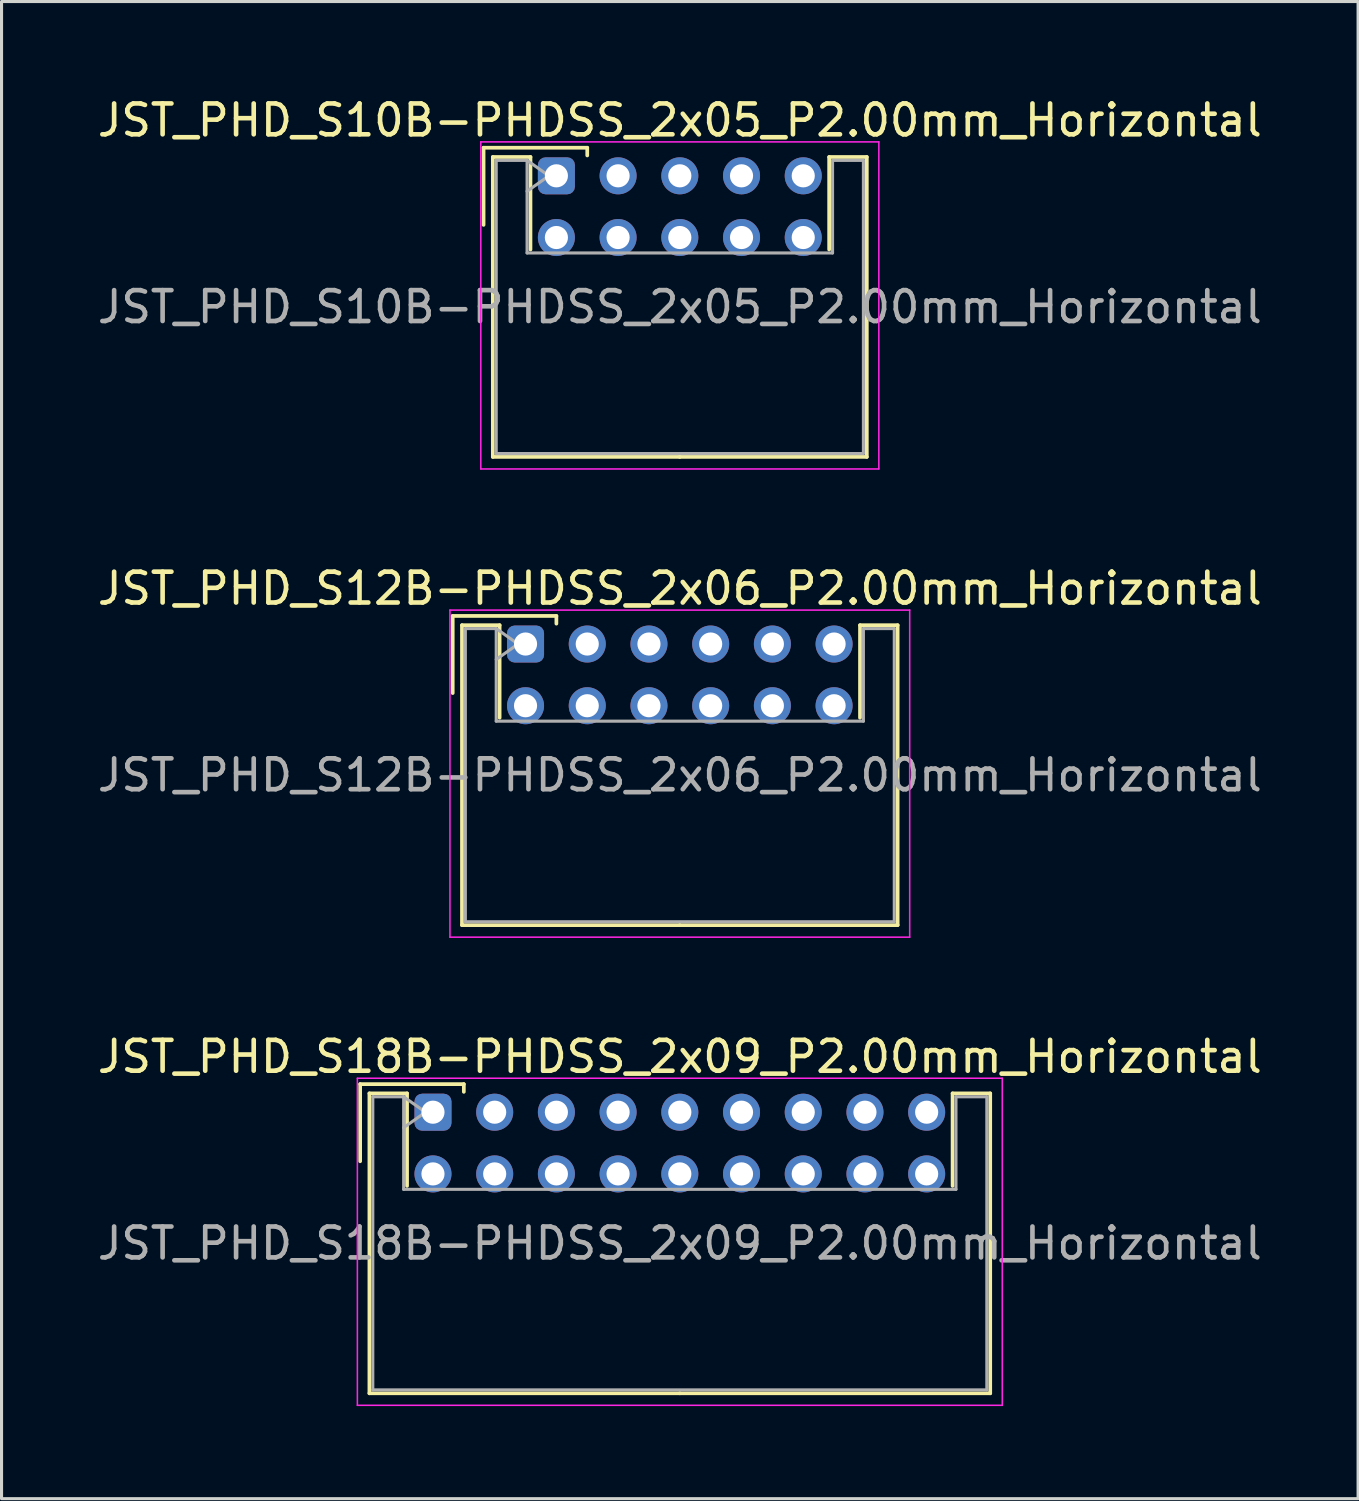
<source format=kicad_pcb>
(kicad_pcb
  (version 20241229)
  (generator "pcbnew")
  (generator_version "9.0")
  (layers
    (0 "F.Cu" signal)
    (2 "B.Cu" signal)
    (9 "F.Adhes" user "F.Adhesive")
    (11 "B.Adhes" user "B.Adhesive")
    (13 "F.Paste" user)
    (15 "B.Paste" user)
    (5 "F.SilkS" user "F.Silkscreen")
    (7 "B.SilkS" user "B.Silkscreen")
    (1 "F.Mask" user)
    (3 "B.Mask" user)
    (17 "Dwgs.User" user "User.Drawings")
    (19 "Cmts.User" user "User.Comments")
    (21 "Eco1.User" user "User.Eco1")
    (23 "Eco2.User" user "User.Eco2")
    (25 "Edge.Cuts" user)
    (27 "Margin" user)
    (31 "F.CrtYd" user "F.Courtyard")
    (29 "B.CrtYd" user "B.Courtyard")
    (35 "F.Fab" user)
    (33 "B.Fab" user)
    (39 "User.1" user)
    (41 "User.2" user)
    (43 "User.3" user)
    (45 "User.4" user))
  (footprint "JST_PHD_S18B-PHDSS_2x09_P2.00mm_Horizontal"
    (layer "F.Cu")
    (at 10.982 32.995)
    (property "Reference" "JST_PHD_S18B-PHDSS_2x09_P2.00mm_Horizontal" (at 8 -1.8 0) (layer "F.SilkS") (effects (font (size 1 1) (thickness 0.15))))
    (attr through_hole)
    (fp_line (start -2.36 -0.91) (end -2.36 1.59) (stroke (width 0.12) (type solid)) (layer "F.SilkS"))
    (fp_line (start -2.06 -0.61) (end -2.06 9.11) (stroke (width 0.12) (type solid)) (layer "F.SilkS"))
    (fp_line (start -2.06 9.11) (end 8 9.11) (stroke (width 0.12) (type solid)) (layer "F.SilkS"))
    (fp_line (start -0.84 -0.61) (end -2.06 -0.61) (stroke (width 0.12) (type solid)) (layer "F.SilkS"))
    (fp_line (start -0.84 2.39) (end -0.84 -0.61) (stroke (width 0.12) (type solid)) (layer "F.SilkS"))
    (fp_line (start 1 -0.91) (end -2.36 -0.91) (stroke (width 0.12) (type solid)) (layer "F.SilkS"))
    (fp_line (start 1 -0.66) (end 1 -0.91) (stroke (width 0.12) (type solid)) (layer "F.SilkS"))
    (fp_line (start 16.84 -0.61) (end 18.06 -0.61) (stroke (width 0.12) (type solid)) (layer "F.SilkS"))
    (fp_line (start 16.84 2.39) (end 16.84 -0.61) (stroke (width 0.12) (type solid)) (layer "F.SilkS"))
    (fp_line (start 18.06 -0.61) (end 18.06 9.11) (stroke (width 0.12) (type solid)) (layer "F.SilkS"))
    (fp_line (start 18.06 9.11) (end 8 9.11) (stroke (width 0.12) (type solid)) (layer "F.SilkS"))
    (fp_line (start -2.45 -1.1) (end -2.45 9.5) (stroke (width 0.05) (type solid)) (layer "F.CrtYd"))
    (fp_line (start -2.45 9.5) (end 18.45 9.5) (stroke (width 0.05) (type solid)) (layer "F.CrtYd"))
    (fp_line (start 18.45 -1.1) (end -2.45 -1.1) (stroke (width 0.05) (type solid)) (layer "F.CrtYd"))
    (fp_line (start 18.45 9.5) (end 18.45 -1.1) (stroke (width 0.05) (type solid)) (layer "F.CrtYd"))
    (fp_line (start -1.95 -0.5) (end -0.95 -0.5) (stroke (width 0.1) (type solid)) (layer "F.Fab"))
    (fp_line (start -1.95 9) (end -1.95 -0.5) (stroke (width 0.1) (type solid)) (layer "F.Fab"))
    (fp_line (start -0.95 -0.5) (end -0.95 2.5) (stroke (width 0.1) (type solid)) (layer "F.Fab"))
    (fp_line (start -0.95 -0.5) (end -0.243 0) (stroke (width 0.1) (type solid)) (layer "F.Fab"))
    (fp_line (start -0.95 2.5) (end 16.95 2.5) (stroke (width 0.1) (type solid)) (layer "F.Fab"))
    (fp_line (start -0.243 0) (end -0.95 0.5) (stroke (width 0.1) (type solid)) (layer "F.Fab"))
    (fp_line (start 16.95 -0.5) (end 17.95 -0.5) (stroke (width 0.1) (type solid)) (layer "F.Fab"))
    (fp_line (start 16.95 2.5) (end 16.95 -0.5) (stroke (width 0.1) (type solid)) (layer "F.Fab"))
    (fp_line (start 17.95 -0.5) (end 17.95 9) (stroke (width 0.1) (type solid)) (layer "F.Fab"))
    (fp_line (start 17.95 9) (end -1.95 9) (stroke (width 0.1) (type solid)) (layer "F.Fab"))
    (fp_text user "${REFERENCE}" (at 8 4.25 0) (layer "F.Fab") (effects (font (size 1 1) (thickness 0.15))))
    (pad "1" thru_hole roundrect (at 0 0) (size 1.2 1.2) (drill 0.75) (layers "*.Cu" "*.Mask") (roundrect_rratio 0.208))
    (pad "2" thru_hole circle (at 0 2) (size 1.2 1.2) (drill 0.75) (layers "*.Cu" "*.Mask"))
    (pad "3" thru_hole circle (at 2 0) (size 1.2 1.2) (drill 0.75) (layers "*.Cu" "*.Mask"))
    (pad "4" thru_hole circle (at 2 2) (size 1.2 1.2) (drill 0.75) (layers "*.Cu" "*.Mask"))
    (pad "5" thru_hole circle (at 4 0) (size 1.2 1.2) (drill 0.75) (layers "*.Cu" "*.Mask"))
    (pad "6" thru_hole circle (at 4 2) (size 1.2 1.2) (drill 0.75) (layers "*.Cu" "*.Mask"))
    (pad "7" thru_hole circle (at 6 0) (size 1.2 1.2) (drill 0.75) (layers "*.Cu" "*.Mask"))
    (pad "8" thru_hole circle (at 6 2) (size 1.2 1.2) (drill 0.75) (layers "*.Cu" "*.Mask"))
    (pad "9" thru_hole circle (at 8 0) (size 1.2 1.2) (drill 0.75) (layers "*.Cu" "*.Mask"))
    (pad "10" thru_hole circle (at 8 2) (size 1.2 1.2) (drill 0.75) (layers "*.Cu" "*.Mask"))
    (pad "11" thru_hole circle (at 10 0) (size 1.2 1.2) (drill 0.75) (layers "*.Cu" "*.Mask"))
    (pad "12" thru_hole circle (at 10 2) (size 1.2 1.2) (drill 0.75) (layers "*.Cu" "*.Mask"))
    (pad "13" thru_hole circle (at 12 0) (size 1.2 1.2) (drill 0.75) (layers "*.Cu" "*.Mask"))
    (pad "14" thru_hole circle (at 12 2) (size 1.2 1.2) (drill 0.75) (layers "*.Cu" "*.Mask"))
    (pad "15" thru_hole circle (at 14 0) (size 1.2 1.2) (drill 0.75) (layers "*.Cu" "*.Mask"))
    (pad "16" thru_hole circle (at 14 2) (size 1.2 1.2) (drill 0.75) (layers "*.Cu" "*.Mask"))
    (pad "17" thru_hole circle (at 16 0) (size 1.2 1.2) (drill 0.75) (layers "*.Cu" "*.Mask"))
    (pad "18" thru_hole circle (at 16 2) (size 1.2 1.2) (drill 0.75) (layers "*.Cu" "*.Mask")))
  (footprint "JST_PHD_S12B-PHDSS_2x06_P2.00mm_Horizontal"
    (layer "F.Cu")
    (at 13.982 17.822)
    (property "Reference" "JST_PHD_S12B-PHDSS_2x06_P2.00mm_Horizontal" (at 5 -1.8 0) (layer "F.SilkS") (effects (font (size 1 1) (thickness 0.15))))
    (attr through_hole)
    (fp_line (start -2.36 -0.91) (end -2.36 1.59) (stroke (width 0.12) (type solid)) (layer "F.SilkS"))
    (fp_line (start -2.06 -0.61) (end -2.06 9.11) (stroke (width 0.12) (type solid)) (layer "F.SilkS"))
    (fp_line (start -2.06 9.11) (end 5 9.11) (stroke (width 0.12) (type solid)) (layer "F.SilkS"))
    (fp_line (start -0.84 -0.61) (end -2.06 -0.61) (stroke (width 0.12) (type solid)) (layer "F.SilkS"))
    (fp_line (start -0.84 2.39) (end -0.84 -0.61) (stroke (width 0.12) (type solid)) (layer "F.SilkS"))
    (fp_line (start 1 -0.91) (end -2.36 -0.91) (stroke (width 0.12) (type solid)) (layer "F.SilkS"))
    (fp_line (start 1 -0.66) (end 1 -0.91) (stroke (width 0.12) (type solid)) (layer "F.SilkS"))
    (fp_line (start 10.84 -0.61) (end 12.06 -0.61) (stroke (width 0.12) (type solid)) (layer "F.SilkS"))
    (fp_line (start 10.84 2.39) (end 10.84 -0.61) (stroke (width 0.12) (type solid)) (layer "F.SilkS"))
    (fp_line (start 12.06 -0.61) (end 12.06 9.11) (stroke (width 0.12) (type solid)) (layer "F.SilkS"))
    (fp_line (start 12.06 9.11) (end 5 9.11) (stroke (width 0.12) (type solid)) (layer "F.SilkS"))
    (fp_line (start -2.45 -1.1) (end -2.45 9.5) (stroke (width 0.05) (type solid)) (layer "F.CrtYd"))
    (fp_line (start -2.45 9.5) (end 12.45 9.5) (stroke (width 0.05) (type solid)) (layer "F.CrtYd"))
    (fp_line (start 12.45 -1.1) (end -2.45 -1.1) (stroke (width 0.05) (type solid)) (layer "F.CrtYd"))
    (fp_line (start 12.45 9.5) (end 12.45 -1.1) (stroke (width 0.05) (type solid)) (layer "F.CrtYd"))
    (fp_line (start -1.95 -0.5) (end -0.95 -0.5) (stroke (width 0.1) (type solid)) (layer "F.Fab"))
    (fp_line (start -1.95 9) (end -1.95 -0.5) (stroke (width 0.1) (type solid)) (layer "F.Fab"))
    (fp_line (start -0.95 -0.5) (end -0.95 2.5) (stroke (width 0.1) (type solid)) (layer "F.Fab"))
    (fp_line (start -0.95 -0.5) (end -0.243 0) (stroke (width 0.1) (type solid)) (layer "F.Fab"))
    (fp_line (start -0.95 2.5) (end 10.95 2.5) (stroke (width 0.1) (type solid)) (layer "F.Fab"))
    (fp_line (start -0.243 0) (end -0.95 0.5) (stroke (width 0.1) (type solid)) (layer "F.Fab"))
    (fp_line (start 10.95 -0.5) (end 11.95 -0.5) (stroke (width 0.1) (type solid)) (layer "F.Fab"))
    (fp_line (start 10.95 2.5) (end 10.95 -0.5) (stroke (width 0.1) (type solid)) (layer "F.Fab"))
    (fp_line (start 11.95 -0.5) (end 11.95 9) (stroke (width 0.1) (type solid)) (layer "F.Fab"))
    (fp_line (start 11.95 9) (end -1.95 9) (stroke (width 0.1) (type solid)) (layer "F.Fab"))
    (fp_text user "${REFERENCE}" (at 5 4.25 0) (layer "F.Fab") (effects (font (size 1 1) (thickness 0.15))))
    (pad "1" thru_hole roundrect (at 0 0) (size 1.2 1.2) (drill 0.75) (layers "*.Cu" "*.Mask") (roundrect_rratio 0.208))
    (pad "2" thru_hole circle (at 0 2) (size 1.2 1.2) (drill 0.75) (layers "*.Cu" "*.Mask"))
    (pad "3" thru_hole circle (at 2 0) (size 1.2 1.2) (drill 0.75) (layers "*.Cu" "*.Mask"))
    (pad "4" thru_hole circle (at 2 2) (size 1.2 1.2) (drill 0.75) (layers "*.Cu" "*.Mask"))
    (pad "5" thru_hole circle (at 4 0) (size 1.2 1.2) (drill 0.75) (layers "*.Cu" "*.Mask"))
    (pad "6" thru_hole circle (at 4 2) (size 1.2 1.2) (drill 0.75) (layers "*.Cu" "*.Mask"))
    (pad "7" thru_hole circle (at 6 0) (size 1.2 1.2) (drill 0.75) (layers "*.Cu" "*.Mask"))
    (pad "8" thru_hole circle (at 6 2) (size 1.2 1.2) (drill 0.75) (layers "*.Cu" "*.Mask"))
    (pad "9" thru_hole circle (at 8 0) (size 1.2 1.2) (drill 0.75) (layers "*.Cu" "*.Mask"))
    (pad "10" thru_hole circle (at 8 2) (size 1.2 1.2) (drill 0.75) (layers "*.Cu" "*.Mask"))
    (pad "11" thru_hole circle (at 10 0) (size 1.2 1.2) (drill 0.75) (layers "*.Cu" "*.Mask"))
    (pad "12" thru_hole circle (at 10 2) (size 1.2 1.2) (drill 0.75) (layers "*.Cu" "*.Mask")))
  (footprint "JST_PHD_S10B-PHDSS_2x05_P2.00mm_Horizontal"
    (layer "F.Cu")
    (at 14.982 2.648)
    (property "Reference" "JST_PHD_S10B-PHDSS_2x05_P2.00mm_Horizontal" (at 4 -1.8 0) (layer "F.SilkS") (effects (font (size 1 1) (thickness 0.15))))
    (attr through_hole)
    (fp_line (start -2.36 -0.91) (end -2.36 1.59) (stroke (width 0.12) (type solid)) (layer "F.SilkS"))
    (fp_line (start -2.06 -0.61) (end -2.06 9.11) (stroke (width 0.12) (type solid)) (layer "F.SilkS"))
    (fp_line (start -2.06 9.11) (end 4 9.11) (stroke (width 0.12) (type solid)) (layer "F.SilkS"))
    (fp_line (start -0.84 -0.61) (end -2.06 -0.61) (stroke (width 0.12) (type solid)) (layer "F.SilkS"))
    (fp_line (start -0.84 2.39) (end -0.84 -0.61) (stroke (width 0.12) (type solid)) (layer "F.SilkS"))
    (fp_line (start 1 -0.91) (end -2.36 -0.91) (stroke (width 0.12) (type solid)) (layer "F.SilkS"))
    (fp_line (start 1 -0.66) (end 1 -0.91) (stroke (width 0.12) (type solid)) (layer "F.SilkS"))
    (fp_line (start 8.84 -0.61) (end 10.06 -0.61) (stroke (width 0.12) (type solid)) (layer "F.SilkS"))
    (fp_line (start 8.84 2.39) (end 8.84 -0.61) (stroke (width 0.12) (type solid)) (layer "F.SilkS"))
    (fp_line (start 10.06 -0.61) (end 10.06 9.11) (stroke (width 0.12) (type solid)) (layer "F.SilkS"))
    (fp_line (start 10.06 9.11) (end 4 9.11) (stroke (width 0.12) (type solid)) (layer "F.SilkS"))
    (fp_line (start -2.45 -1.1) (end -2.45 9.5) (stroke (width 0.05) (type solid)) (layer "F.CrtYd"))
    (fp_line (start -2.45 9.5) (end 10.45 9.5) (stroke (width 0.05) (type solid)) (layer "F.CrtYd"))
    (fp_line (start 10.45 -1.1) (end -2.45 -1.1) (stroke (width 0.05) (type solid)) (layer "F.CrtYd"))
    (fp_line (start 10.45 9.5) (end 10.45 -1.1) (stroke (width 0.05) (type solid)) (layer "F.CrtYd"))
    (fp_line (start -1.95 -0.5) (end -0.95 -0.5) (stroke (width 0.1) (type solid)) (layer "F.Fab"))
    (fp_line (start -1.95 9) (end -1.95 -0.5) (stroke (width 0.1) (type solid)) (layer "F.Fab"))
    (fp_line (start -0.95 -0.5) (end -0.95 2.5) (stroke (width 0.1) (type solid)) (layer "F.Fab"))
    (fp_line (start -0.95 -0.5) (end -0.243 0) (stroke (width 0.1) (type solid)) (layer "F.Fab"))
    (fp_line (start -0.95 2.5) (end 8.95 2.5) (stroke (width 0.1) (type solid)) (layer "F.Fab"))
    (fp_line (start -0.243 0) (end -0.95 0.5) (stroke (width 0.1) (type solid)) (layer "F.Fab"))
    (fp_line (start 8.95 -0.5) (end 9.95 -0.5) (stroke (width 0.1) (type solid)) (layer "F.Fab"))
    (fp_line (start 8.95 2.5) (end 8.95 -0.5) (stroke (width 0.1) (type solid)) (layer "F.Fab"))
    (fp_line (start 9.95 -0.5) (end 9.95 9) (stroke (width 0.1) (type solid)) (layer "F.Fab"))
    (fp_line (start 9.95 9) (end -1.95 9) (stroke (width 0.1) (type solid)) (layer "F.Fab"))
    (fp_text user "${REFERENCE}" (at 4 4.25 0) (layer "F.Fab") (effects (font (size 1 1) (thickness 0.15))))
    (pad "1" thru_hole roundrect (at 0 0) (size 1.2 1.2) (drill 0.75) (layers "*.Cu" "*.Mask") (roundrect_rratio 0.208))
    (pad "2" thru_hole circle (at 0 2) (size 1.2 1.2) (drill 0.75) (layers "*.Cu" "*.Mask"))
    (pad "3" thru_hole circle (at 2 0) (size 1.2 1.2) (drill 0.75) (layers "*.Cu" "*.Mask"))
    (pad "4" thru_hole circle (at 2 2) (size 1.2 1.2) (drill 0.75) (layers "*.Cu" "*.Mask"))
    (pad "5" thru_hole circle (at 4 0) (size 1.2 1.2) (drill 0.75) (layers "*.Cu" "*.Mask"))
    (pad "6" thru_hole circle (at 4 2) (size 1.2 1.2) (drill 0.75) (layers "*.Cu" "*.Mask"))
    (pad "7" thru_hole circle (at 6 0) (size 1.2 1.2) (drill 0.75) (layers "*.Cu" "*.Mask"))
    (pad "8" thru_hole circle (at 6 2) (size 1.2 1.2) (drill 0.75) (layers "*.Cu" "*.Mask"))
    (pad "9" thru_hole circle (at 8 0) (size 1.2 1.2) (drill 0.75) (layers "*.Cu" "*.Mask"))
    (pad "10" thru_hole circle (at 8 2) (size 1.2 1.2) (drill 0.75) (layers "*.Cu" "*.Mask")))
  (gr_rect
    (start -3 -3)
    (end 40.964 45.52)
    (stroke (width 0.1) (type default))
    (fill no)
    (layer "Edge.Cuts")))
</source>
